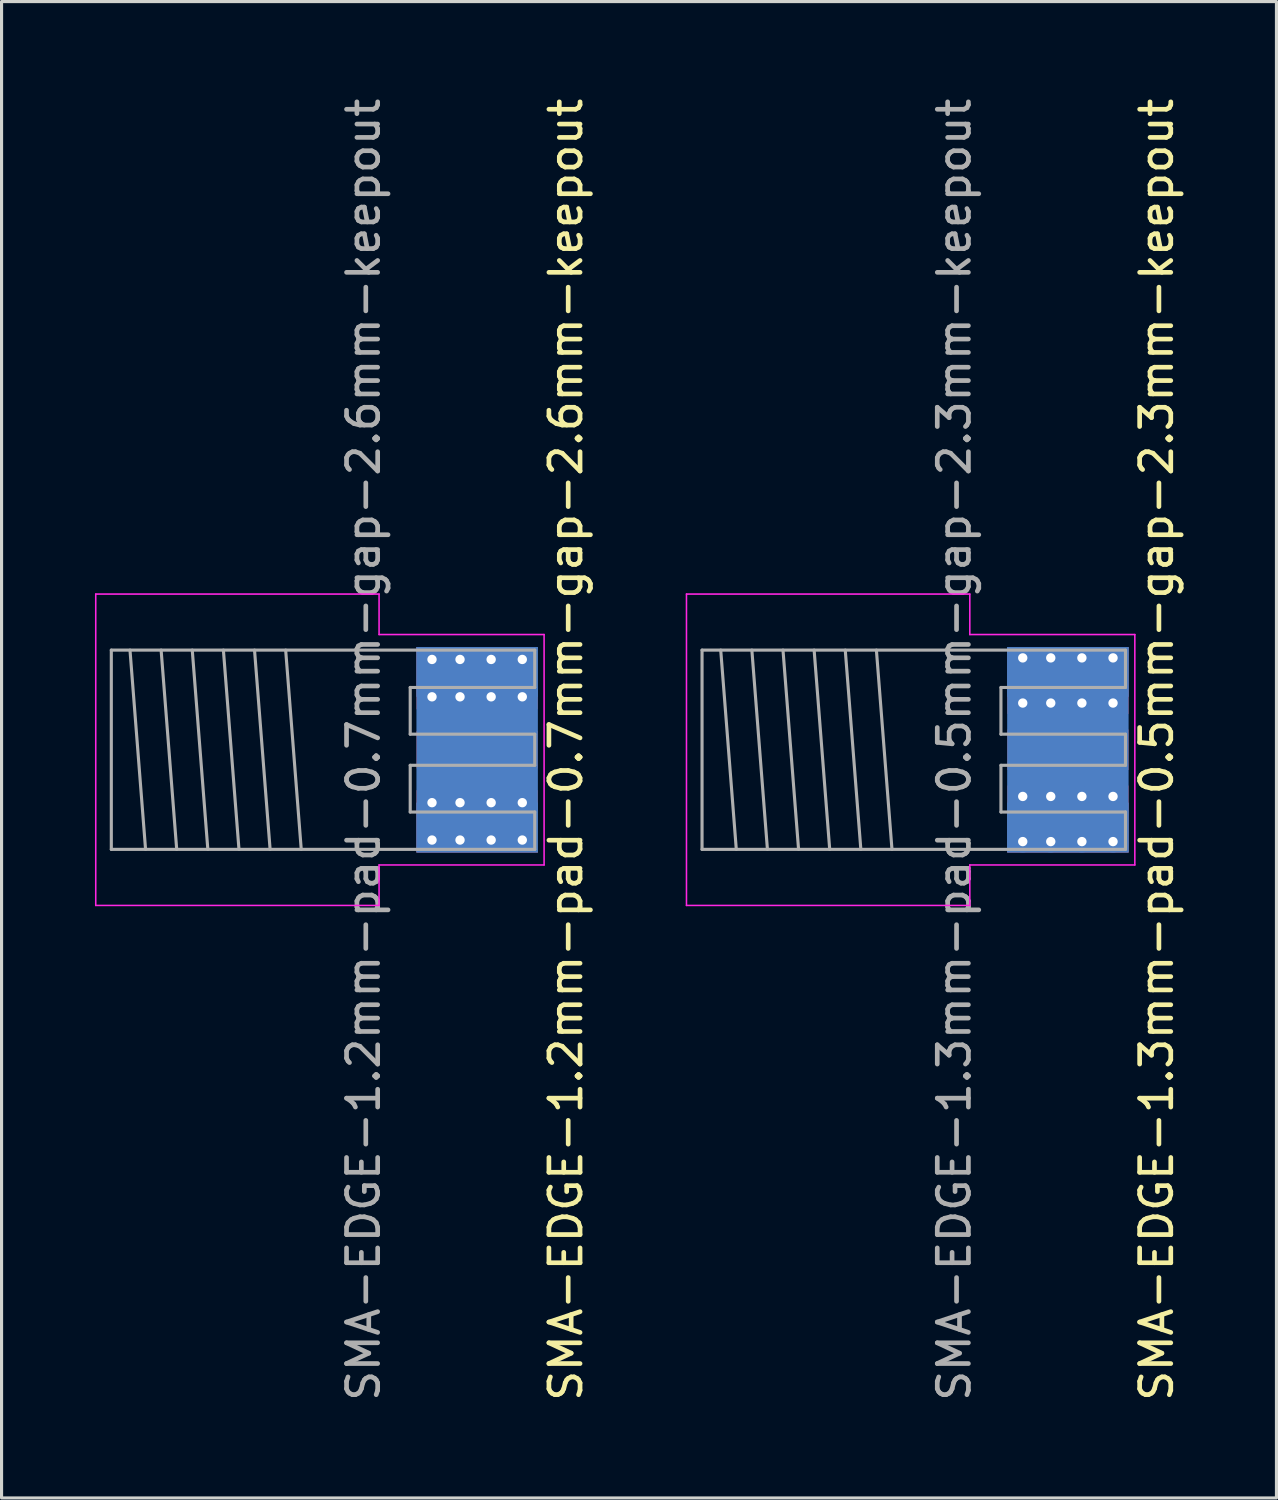
<source format=kicad_pcb>
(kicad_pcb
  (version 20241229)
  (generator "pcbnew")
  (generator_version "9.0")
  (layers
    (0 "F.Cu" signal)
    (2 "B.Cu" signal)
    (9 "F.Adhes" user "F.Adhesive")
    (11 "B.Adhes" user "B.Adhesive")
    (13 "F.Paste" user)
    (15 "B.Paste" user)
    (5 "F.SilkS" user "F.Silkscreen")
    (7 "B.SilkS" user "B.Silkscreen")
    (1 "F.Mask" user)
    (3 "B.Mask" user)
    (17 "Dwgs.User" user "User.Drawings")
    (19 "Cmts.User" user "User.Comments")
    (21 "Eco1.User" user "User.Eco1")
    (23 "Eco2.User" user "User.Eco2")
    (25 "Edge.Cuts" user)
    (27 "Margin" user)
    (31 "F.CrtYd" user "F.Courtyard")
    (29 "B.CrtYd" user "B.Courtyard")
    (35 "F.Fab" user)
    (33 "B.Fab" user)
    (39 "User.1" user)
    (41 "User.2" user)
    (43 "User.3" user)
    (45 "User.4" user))
  (footprint "SMA-EDGE-1.3mm-pad-0.5mm-gap-2.3mm-keepout"
    (layer "F.Cu")
    (at 29.098 21.03)
    (property "Reference" "SMA-EDGE-1.3mm-pad-0.5mm-gap-2.3mm-keepout" (at 5 0 90) (layer "F.SilkS") (effects (font (size 1 1) (thickness 0.15))))
    (attr through_hole)
    (fp_line (start -10.1 -5) (end -10.1 5) (stroke (width 0.05) (type solid)) (layer "F.CrtYd"))
    (fp_line (start -10.1 -5) (end -1 -5) (stroke (width 0.05) (type solid)) (layer "F.CrtYd"))
    (fp_line (start -10.1 5) (end -1 5) (stroke (width 0.05) (type solid)) (layer "F.CrtYd"))
    (fp_line (start -1 -5) (end -1 -3.7) (stroke (width 0.05) (type solid)) (layer "F.CrtYd"))
    (fp_line (start -1 3.7) (end 4.3 3.7) (stroke (width 0.05) (type solid)) (layer "F.CrtYd"))
    (fp_line (start -1 5) (end -1 3.7) (stroke (width 0.05) (type solid)) (layer "F.CrtYd"))
    (fp_line (start 4.3 -3.7) (end -1 -3.7) (stroke (width 0.05) (type solid)) (layer "F.CrtYd"))
    (fp_line (start 4.3 3.7) (end 4.3 -3.7) (stroke (width 0.05) (type solid)) (layer "F.CrtYd"))
    (fp_line (start -9.6 -3.2) (end 4 -3.2) (stroke (width 0.1) (type solid)) (layer "F.Fab"))
    (fp_line (start -9.6 3.2) (end -9.6 -3.2) (stroke (width 0.1) (type solid)) (layer "F.Fab"))
    (fp_line (start -9.6 3.2) (end 4 3.2) (stroke (width 0.1) (type solid)) (layer "F.Fab"))
    (fp_line (start -9 -3.2) (end -8.5 3.2) (stroke (width 0.1) (type solid)) (layer "F.Fab"))
    (fp_line (start -8 -3.2) (end -7.5 3.2) (stroke (width 0.1) (type solid)) (layer "F.Fab"))
    (fp_line (start -7 -3.2) (end -6.5 3.2) (stroke (width 0.1) (type solid)) (layer "F.Fab"))
    (fp_line (start -6 -3.2) (end -5.5 3.2) (stroke (width 0.1) (type solid)) (layer "F.Fab"))
    (fp_line (start -5 -3.2) (end -4.5 3.2) (stroke (width 0.1) (type solid)) (layer "F.Fab"))
    (fp_line (start -4 -3.2) (end -3.5 3.2) (stroke (width 0.1) (type solid)) (layer "F.Fab"))
    (fp_line (start 0 -2) (end 4 -2) (stroke (width 0.1) (type solid)) (layer "F.Fab"))
    (fp_line (start 0 -0.5) (end 0 -2) (stroke (width 0.1) (type solid)) (layer "F.Fab"))
    (fp_line (start 0 0.5) (end 4 0.5) (stroke (width 0.1) (type solid)) (layer "F.Fab"))
    (fp_line (start 0 2) (end 0 0.5) (stroke (width 0.1) (type solid)) (layer "F.Fab"))
    (fp_line (start 4 -2) (end 4 -3.2) (stroke (width 0.1) (type solid)) (layer "F.Fab"))
    (fp_line (start 4 -0.5) (end 0 -0.5) (stroke (width 0.1) (type solid)) (layer "F.Fab"))
    (fp_line (start 4 0.5) (end 4 -0.5) (stroke (width 0.1) (type solid)) (layer "F.Fab"))
    (fp_line (start 4 2) (end 0 2) (stroke (width 0.1) (type solid)) (layer "F.Fab"))
    (fp_line (start 4 3.2) (end 4 2) (stroke (width 0.1) (type solid)) (layer "F.Fab"))
    (fp_text user "${REFERENCE}" (at -1.5 0 90) (layer "F.Fab") (effects (font (size 1 1) (thickness 0.15))))
    (pad "1" smd rect (at 2.15 0) (size 3.9 1.3) (layers "F.Cu" "F.Mask"))
    (pad "2" thru_hole circle (at 0.7 -2.95) (size 0.7 0.7) (drill 0.3) (layers "*.Cu" "*.Mask"))
    (pad "2" thru_hole circle (at 0.7 -1.5) (size 0.7 0.7) (drill 0.3) (layers "*.Cu" "*.Mask"))
    (pad "2" thru_hole circle (at 0.7 1.5) (size 0.7 0.7) (drill 0.3) (layers "*.Cu" "*.Mask"))
    (pad "2" thru_hole circle (at 0.7 2.95) (size 0.7 0.7) (drill 0.3) (layers "*.Cu" "*.Mask"))
    (pad "2" thru_hole circle (at 1.6 -2.95) (size 0.7 0.7) (drill 0.3) (layers "*.Cu" "*.Mask"))
    (pad "2" thru_hole circle (at 1.6 -1.5) (size 0.7 0.7) (drill 0.3) (layers "*.Cu" "*.Mask"))
    (pad "2" thru_hole circle (at 1.6 1.5) (size 0.7 0.7) (drill 0.3) (layers "*.Cu" "*.Mask"))
    (pad "2" thru_hole circle (at 1.6 2.95) (size 0.7 0.7) (drill 0.3) (layers "*.Cu" "*.Mask"))
    (pad "2" smd rect (at 2.15 -2.5) (size 3.9 1.6) (layers "F.Cu" "F.Mask"))
    (pad "2" smd rect (at 2.15 -2.5) (size 3.9 1.6) (layers "B.Cu" "B.Mask"))
    (pad "2" smd rect (at 2.15 -2.225) (size 3.9 2.15) (layers "F.Cu"))
    (pad "2" smd rect (at 2.15 0) (size 3.9 6.6) (layers "B.Cu"))
    (pad "2" smd rect (at 2.15 2.225) (size 3.9 2.15) (layers "F.Cu"))
    (pad "2" smd rect (at 2.15 2.5) (size 3.9 1.6) (layers "F.Cu" "F.Mask"))
    (pad "2" smd rect (at 2.15 2.5) (size 3.9 1.6) (layers "B.Cu" "B.Mask"))
    (pad "2" thru_hole circle (at 2.6 -2.95) (size 0.7 0.7) (drill 0.3) (layers "*.Cu" "*.Mask"))
    (pad "2" thru_hole circle (at 2.6 -1.5) (size 0.7 0.7) (drill 0.3) (layers "*.Cu" "*.Mask"))
    (pad "2" thru_hole circle (at 2.6 1.5) (size 0.7 0.7) (drill 0.3) (layers "*.Cu" "*.Mask"))
    (pad "2" thru_hole circle (at 2.6 2.95) (size 0.7 0.7) (drill 0.3) (layers "*.Cu" "*.Mask"))
    (pad "2" thru_hole circle (at 3.6 -2.95) (size 0.7 0.7) (drill 0.3) (layers "*.Cu" "*.Mask"))
    (pad "2" thru_hole circle (at 3.6 -1.5) (size 0.7 0.7) (drill 0.3) (layers "*.Cu" "*.Mask"))
    (pad "2" thru_hole circle (at 3.6 1.5) (size 0.7 0.7) (drill 0.3) (layers "*.Cu" "*.Mask"))
    (pad "2" thru_hole circle (at 3.6 2.95) (size 0.7 0.7) (drill 0.3) (layers "*.Cu" "*.Mask"))
    (zone (net_name "") (layer "In1.Cu") (name "SMA keepout") (hatch edge 0.508) (connect_pads) (min_thickness 0.254) (filled_areas_thickness no) (keepout (tracks not_allowed) (vias not_allowed) (pads not_allowed) (copperpour not_allowed) (footprints not_allowed)) (placement (enabled no)) (fill) (polygon (pts (xy 33.198 22.18) (xy 29.098 22.18) (xy 29.098 19.88) (xy 33.198 19.88)))))
  (footprint "SMA-EDGE-1.2mm-pad-0.7mm-gap-2.6mm-keepout"
    (layer "F.Cu")
    (at 10.125 21.03)
    (property "Reference" "SMA-EDGE-1.2mm-pad-0.7mm-gap-2.6mm-keepout" (at 5 0 90) (layer "F.SilkS") (effects (font (size 1 1) (thickness 0.15))))
    (attr through_hole)
    (fp_line (start -10.1 -5) (end -10.1 5) (stroke (width 0.05) (type solid)) (layer "F.CrtYd"))
    (fp_line (start -10.1 -5) (end -1 -5) (stroke (width 0.05) (type solid)) (layer "F.CrtYd"))
    (fp_line (start -10.1 5) (end -1 5) (stroke (width 0.05) (type solid)) (layer "F.CrtYd"))
    (fp_line (start -1 -5) (end -1 -3.7) (stroke (width 0.05) (type solid)) (layer "F.CrtYd"))
    (fp_line (start -1 3.7) (end 4.3 3.7) (stroke (width 0.05) (type solid)) (layer "F.CrtYd"))
    (fp_line (start -1 5) (end -1 3.7) (stroke (width 0.05) (type solid)) (layer "F.CrtYd"))
    (fp_line (start 4.3 -3.7) (end -1 -3.7) (stroke (width 0.05) (type solid)) (layer "F.CrtYd"))
    (fp_line (start 4.3 3.7) (end 4.3 -3.7) (stroke (width 0.05) (type solid)) (layer "F.CrtYd"))
    (fp_line (start -9.6 -3.2) (end 4 -3.2) (stroke (width 0.1) (type solid)) (layer "F.Fab"))
    (fp_line (start -9.6 3.2) (end -9.6 -3.2) (stroke (width 0.1) (type solid)) (layer "F.Fab"))
    (fp_line (start -9.6 3.2) (end 4 3.2) (stroke (width 0.1) (type solid)) (layer "F.Fab"))
    (fp_line (start -9 -3.2) (end -8.5 3.2) (stroke (width 0.1) (type solid)) (layer "F.Fab"))
    (fp_line (start -8 -3.2) (end -7.5 3.2) (stroke (width 0.1) (type solid)) (layer "F.Fab"))
    (fp_line (start -7 -3.2) (end -6.5 3.2) (stroke (width 0.1) (type solid)) (layer "F.Fab"))
    (fp_line (start -6 -3.2) (end -5.5 3.2) (stroke (width 0.1) (type solid)) (layer "F.Fab"))
    (fp_line (start -5 -3.2) (end -4.5 3.2) (stroke (width 0.1) (type solid)) (layer "F.Fab"))
    (fp_line (start -4 -3.2) (end -3.5 3.2) (stroke (width 0.1) (type solid)) (layer "F.Fab"))
    (fp_line (start 0 -2) (end 4 -2) (stroke (width 0.1) (type solid)) (layer "F.Fab"))
    (fp_line (start 0 -0.5) (end 0 -2) (stroke (width 0.1) (type solid)) (layer "F.Fab"))
    (fp_line (start 0 0.5) (end 4 0.5) (stroke (width 0.1) (type solid)) (layer "F.Fab"))
    (fp_line (start 0 2) (end 0 0.5) (stroke (width 0.1) (type solid)) (layer "F.Fab"))
    (fp_line (start 4 -2) (end 4 -3.2) (stroke (width 0.1) (type solid)) (layer "F.Fab"))
    (fp_line (start 4 -0.5) (end 0 -0.5) (stroke (width 0.1) (type solid)) (layer "F.Fab"))
    (fp_line (start 4 0.5) (end 4 -0.5) (stroke (width 0.1) (type solid)) (layer "F.Fab"))
    (fp_line (start 4 2) (end 0 2) (stroke (width 0.1) (type solid)) (layer "F.Fab"))
    (fp_line (start 4 3.2) (end 4 2) (stroke (width 0.1) (type solid)) (layer "F.Fab"))
    (fp_text user "${REFERENCE}" (at -1.5 0 90) (layer "F.Fab") (effects (font (size 1 1) (thickness 0.15))))
    (pad "1" smd rect (at 2.15 0) (size 3.9 1.2) (layers "F.Cu" "F.Mask"))
    (pad "2" thru_hole circle (at 0.7 -2.9) (size 0.7 0.7) (drill 0.3) (layers "*.Cu" "*.Mask"))
    (pad "2" thru_hole circle (at 0.7 -1.7) (size 0.7 0.7) (drill 0.3) (layers "*.Cu" "*.Mask"))
    (pad "2" thru_hole circle (at 0.7 1.7) (size 0.7 0.7) (drill 0.3) (layers "*.Cu" "*.Mask"))
    (pad "2" thru_hole circle (at 0.7 2.9) (size 0.7 0.7) (drill 0.3) (layers "*.Cu" "*.Mask"))
    (pad "2" thru_hole circle (at 1.6 -2.9) (size 0.7 0.7) (drill 0.3) (layers "*.Cu" "*.Mask"))
    (pad "2" thru_hole circle (at 1.6 -1.7) (size 0.7 0.7) (drill 0.3) (layers "*.Cu" "*.Mask"))
    (pad "2" thru_hole circle (at 1.6 1.7) (size 0.7 0.7) (drill 0.3) (layers "*.Cu" "*.Mask"))
    (pad "2" thru_hole circle (at 1.6 2.9) (size 0.7 0.7) (drill 0.3) (layers "*.Cu" "*.Mask"))
    (pad "2" smd rect (at 2.15 -2.5) (size 3.9 1.6) (layers "F.Cu" "F.Mask"))
    (pad "2" smd rect (at 2.15 -2.5) (size 3.9 1.6) (layers "B.Cu" "B.Mask"))
    (pad "2" smd rect (at 2.15 -2.3) (size 3.9 2) (layers "F.Cu"))
    (pad "2" smd rect (at 2.15 0) (size 3.9 6.6) (layers "B.Cu"))
    (pad "2" smd rect (at 2.15 2.3) (size 3.9 2) (layers "F.Cu"))
    (pad "2" smd rect (at 2.15 2.5) (size 3.9 1.6) (layers "F.Cu" "F.Mask"))
    (pad "2" smd rect (at 2.15 2.5) (size 3.9 1.6) (layers "B.Cu" "B.Mask"))
    (pad "2" thru_hole circle (at 2.6 -2.9) (size 0.7 0.7) (drill 0.3) (layers "*.Cu" "*.Mask"))
    (pad "2" thru_hole circle (at 2.6 -1.7) (size 0.7 0.7) (drill 0.3) (layers "*.Cu" "*.Mask"))
    (pad "2" thru_hole circle (at 2.6 1.7) (size 0.7 0.7) (drill 0.3) (layers "*.Cu" "*.Mask"))
    (pad "2" thru_hole circle (at 2.6 2.9) (size 0.7 0.7) (drill 0.3) (layers "*.Cu" "*.Mask"))
    (pad "2" thru_hole circle (at 3.6 -2.9) (size 0.7 0.7) (drill 0.3) (layers "*.Cu" "*.Mask"))
    (pad "2" thru_hole circle (at 3.6 -1.7) (size 0.7 0.7) (drill 0.3) (layers "*.Cu" "*.Mask"))
    (pad "2" thru_hole circle (at 3.6 1.7) (size 0.7 0.7) (drill 0.3) (layers "*.Cu" "*.Mask"))
    (pad "2" thru_hole circle (at 3.6 2.9) (size 0.7 0.7) (drill 0.3) (layers "*.Cu" "*.Mask"))
    (zone (net_name "") (layer "In1.Cu") (name "SMA keepout") (hatch edge 0.508) (connect_pads) (min_thickness 0.254) (filled_areas_thickness no) (keepout (tracks not_allowed) (vias not_allowed) (pads not_allowed) (copperpour not_allowed) (footprints not_allowed)) (placement (enabled no)) (fill) (polygon (pts (xy 14.225 22.33) (xy 10.125 22.33) (xy 10.125 19.73) (xy 14.225 19.73)))))
  (gr_rect
    (start -3 -3)
    (end 37.947 45.06)
    (stroke (width 0.1) (type default))
    (fill no)
    (layer "Edge.Cuts")))
</source>
